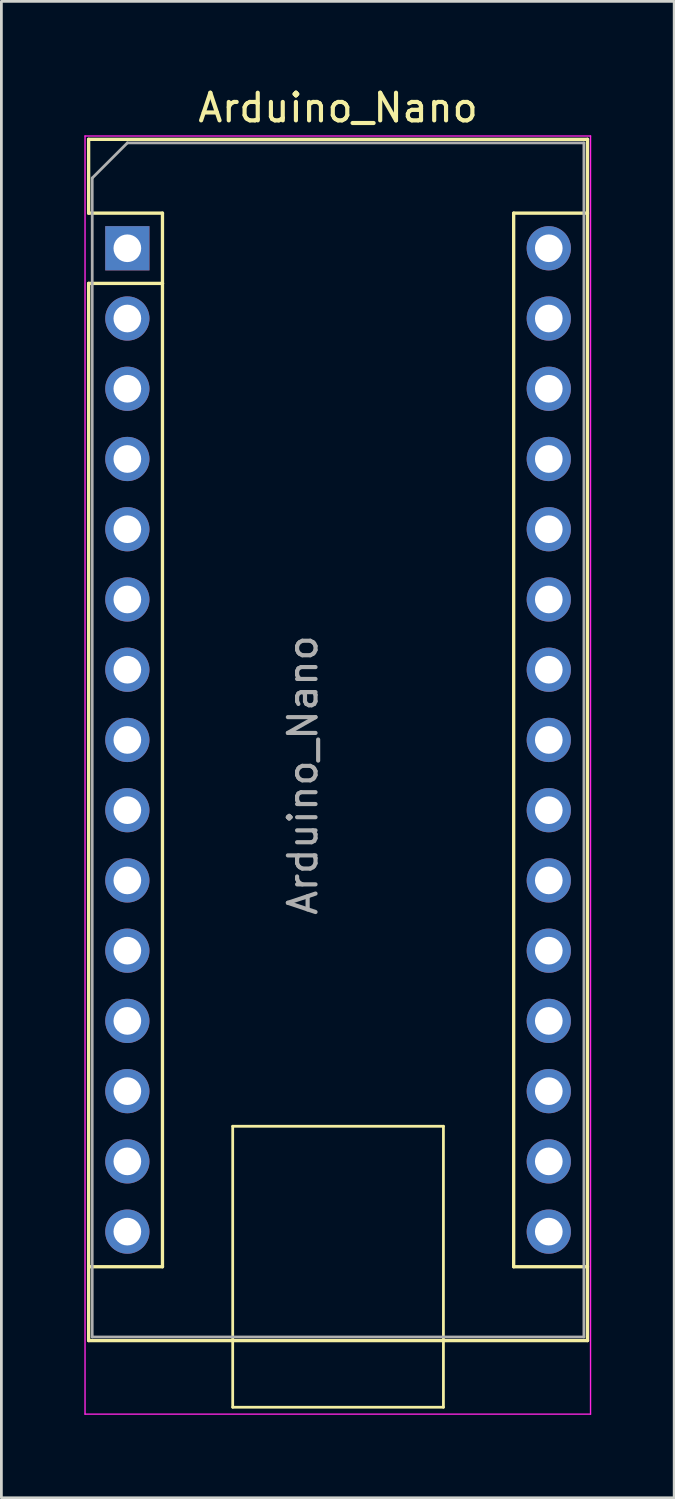
<source format=kicad_pcb>
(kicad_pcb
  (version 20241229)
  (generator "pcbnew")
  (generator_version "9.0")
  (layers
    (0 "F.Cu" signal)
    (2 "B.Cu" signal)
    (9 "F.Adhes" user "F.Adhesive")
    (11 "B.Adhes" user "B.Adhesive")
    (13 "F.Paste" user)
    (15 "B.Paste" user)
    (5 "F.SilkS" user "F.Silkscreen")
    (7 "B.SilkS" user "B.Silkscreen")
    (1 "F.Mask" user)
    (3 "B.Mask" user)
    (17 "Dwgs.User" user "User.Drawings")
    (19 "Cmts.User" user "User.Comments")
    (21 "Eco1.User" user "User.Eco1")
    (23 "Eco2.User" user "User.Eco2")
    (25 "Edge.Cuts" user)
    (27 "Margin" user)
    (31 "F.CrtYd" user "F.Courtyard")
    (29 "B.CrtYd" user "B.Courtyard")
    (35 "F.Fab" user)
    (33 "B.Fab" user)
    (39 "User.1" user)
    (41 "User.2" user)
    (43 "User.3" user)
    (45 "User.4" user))
  (footprint "Arduino_Nano"
    (layer "F.Cu")
    (at 1.555 5.928)
    (property "Reference" "Arduino_Nano" (at 7.62 -5.08 0) (layer "F.SilkS") (effects (font (size 1 1) (thickness 0.15))))
    (attr through_hole)
    (fp_line (start -1.4 -3.94) (end -1.4 -1.27) (stroke (width 0.12) (type solid)) (layer "F.SilkS"))
    (fp_line (start -1.4 1.27) (end -1.4 39.5) (stroke (width 0.12) (type solid)) (layer "F.SilkS"))
    (fp_line (start -1.4 39.5) (end 16.64 39.5) (stroke (width 0.12) (type solid)) (layer "F.SilkS"))
    (fp_line (start 1.27 -1.27) (end -1.4 -1.27) (stroke (width 0.12) (type solid)) (layer "F.SilkS"))
    (fp_line (start 1.27 1.27) (end -1.4 1.27) (stroke (width 0.12) (type solid)) (layer "F.SilkS"))
    (fp_line (start 1.27 1.27) (end 1.27 -1.27) (stroke (width 0.12) (type solid)) (layer "F.SilkS"))
    (fp_line (start 1.27 1.27) (end 1.27 36.83) (stroke (width 0.12) (type solid)) (layer "F.SilkS"))
    (fp_line (start 1.27 36.83) (end -1.4 36.83) (stroke (width 0.12) (type solid)) (layer "F.SilkS"))
    (fp_line (start 3.81 31.75) (end 11.43 31.75) (stroke (width 0.1) (type solid)) (layer "F.SilkS"))
    (fp_line (start 3.81 41.91) (end 3.81 31.75) (stroke (width 0.1) (type solid)) (layer "F.SilkS"))
    (fp_line (start 11.43 31.75) (end 11.43 41.91) (stroke (width 0.1) (type solid)) (layer "F.SilkS"))
    (fp_line (start 11.43 41.91) (end 3.81 41.91) (stroke (width 0.1) (type solid)) (layer "F.SilkS"))
    (fp_line (start 13.97 -1.27) (end 13.97 36.83) (stroke (width 0.12) (type solid)) (layer "F.SilkS"))
    (fp_line (start 13.97 -1.27) (end 16.64 -1.27) (stroke (width 0.12) (type solid)) (layer "F.SilkS"))
    (fp_line (start 13.97 36.83) (end 16.64 36.83) (stroke (width 0.12) (type solid)) (layer "F.SilkS"))
    (fp_line (start 16.64 -3.94) (end -1.4 -3.94) (stroke (width 0.12) (type solid)) (layer "F.SilkS"))
    (fp_line (start 16.64 39.5) (end 16.64 -3.94) (stroke (width 0.12) (type solid)) (layer "F.SilkS"))
    (fp_line (start -1.53 -4.06) (end -1.53 42.16) (stroke (width 0.05) (type solid)) (layer "F.CrtYd"))
    (fp_line (start -1.53 -4.06) (end 16.75 -4.06) (stroke (width 0.05) (type solid)) (layer "F.CrtYd"))
    (fp_line (start 16.75 42.16) (end -1.53 42.16) (stroke (width 0.05) (type solid)) (layer "F.CrtYd"))
    (fp_line (start 16.75 42.16) (end 16.75 -4.06) (stroke (width 0.05) (type solid)) (layer "F.CrtYd"))
    (fp_line (start -1.27 -2.54) (end 0 -3.81) (stroke (width 0.1) (type solid)) (layer "F.Fab"))
    (fp_line (start -1.27 39.37) (end -1.27 -2.54) (stroke (width 0.1) (type solid)) (layer "F.Fab"))
    (fp_line (start 0 -3.81) (end 16.51 -3.81) (stroke (width 0.1) (type solid)) (layer "F.Fab"))
    (fp_line (start 16.51 -3.81) (end 16.51 39.37) (stroke (width 0.1) (type solid)) (layer "F.Fab"))
    (fp_line (start 16.51 39.37) (end -1.27 39.37) (stroke (width 0.1) (type solid)) (layer "F.Fab"))
    (fp_text user "${REFERENCE}" (at 6.35 19.05 90) (layer "F.Fab") (effects (font (size 1 1) (thickness 0.15))))
    (pad "1" thru_hole rect (at 0 0) (size 1.6 1.6) (drill 1) (layers "*.Cu" "*.Mask"))
    (pad "2" thru_hole oval (at 0 2.54) (size 1.6 1.6) (drill 1) (layers "*.Cu" "*.Mask"))
    (pad "3" thru_hole oval (at 0 5.08) (size 1.6 1.6) (drill 1) (layers "*.Cu" "*.Mask"))
    (pad "4" thru_hole oval (at 0 7.62) (size 1.6 1.6) (drill 1) (layers "*.Cu" "*.Mask"))
    (pad "5" thru_hole oval (at 0 10.16) (size 1.6 1.6) (drill 1) (layers "*.Cu" "*.Mask"))
    (pad "6" thru_hole oval (at 0 12.7) (size 1.6 1.6) (drill 1) (layers "*.Cu" "*.Mask"))
    (pad "7" thru_hole oval (at 0 15.24) (size 1.6 1.6) (drill 1) (layers "*.Cu" "*.Mask"))
    (pad "8" thru_hole oval (at 0 17.78) (size 1.6 1.6) (drill 1) (layers "*.Cu" "*.Mask"))
    (pad "9" thru_hole oval (at 0 20.32) (size 1.6 1.6) (drill 1) (layers "*.Cu" "*.Mask"))
    (pad "10" thru_hole oval (at 0 22.86) (size 1.6 1.6) (drill 1) (layers "*.Cu" "*.Mask"))
    (pad "11" thru_hole oval (at 0 25.4) (size 1.6 1.6) (drill 1) (layers "*.Cu" "*.Mask"))
    (pad "12" thru_hole oval (at 0 27.94) (size 1.6 1.6) (drill 1) (layers "*.Cu" "*.Mask"))
    (pad "13" thru_hole oval (at 0 30.48) (size 1.6 1.6) (drill 1) (layers "*.Cu" "*.Mask"))
    (pad "14" thru_hole oval (at 0 33.02) (size 1.6 1.6) (drill 1) (layers "*.Cu" "*.Mask"))
    (pad "15" thru_hole oval (at 0 35.56) (size 1.6 1.6) (drill 1) (layers "*.Cu" "*.Mask"))
    (pad "16" thru_hole oval (at 15.24 35.56) (size 1.6 1.6) (drill 1) (layers "*.Cu" "*.Mask"))
    (pad "17" thru_hole oval (at 15.24 33.02) (size 1.6 1.6) (drill 1) (layers "*.Cu" "*.Mask"))
    (pad "18" thru_hole oval (at 15.24 30.48) (size 1.6 1.6) (drill 1) (layers "*.Cu" "*.Mask"))
    (pad "19" thru_hole oval (at 15.24 27.94) (size 1.6 1.6) (drill 1) (layers "*.Cu" "*.Mask"))
    (pad "20" thru_hole oval (at 15.24 25.4) (size 1.6 1.6) (drill 1) (layers "*.Cu" "*.Mask"))
    (pad "21" thru_hole oval (at 15.24 22.86) (size 1.6 1.6) (drill 1) (layers "*.Cu" "*.Mask"))
    (pad "22" thru_hole oval (at 15.24 20.32) (size 1.6 1.6) (drill 1) (layers "*.Cu" "*.Mask"))
    (pad "23" thru_hole oval (at 15.24 17.78) (size 1.6 1.6) (drill 1) (layers "*.Cu" "*.Mask"))
    (pad "24" thru_hole oval (at 15.24 15.24) (size 1.6 1.6) (drill 1) (layers "*.Cu" "*.Mask"))
    (pad "25" thru_hole oval (at 15.24 12.7) (size 1.6 1.6) (drill 1) (layers "*.Cu" "*.Mask"))
    (pad "26" thru_hole oval (at 15.24 10.16) (size 1.6 1.6) (drill 1) (layers "*.Cu" "*.Mask"))
    (pad "27" thru_hole oval (at 15.24 7.62) (size 1.6 1.6) (drill 1) (layers "*.Cu" "*.Mask"))
    (pad "28" thru_hole oval (at 15.24 5.08) (size 1.6 1.6) (drill 1) (layers "*.Cu" "*.Mask"))
    (pad "29" thru_hole oval (at 15.24 2.54) (size 1.6 1.6) (drill 1) (layers "*.Cu" "*.Mask"))
    (pad "30" thru_hole oval (at 15.24 0) (size 1.6 1.6) (drill 1) (layers "*.Cu" "*.Mask")))
  (gr_rect
    (start -3 -3)
    (end 21.33 51.113)
    (stroke (width 0.1) (type default))
    (fill no)
    (layer "Edge.Cuts")))
</source>
